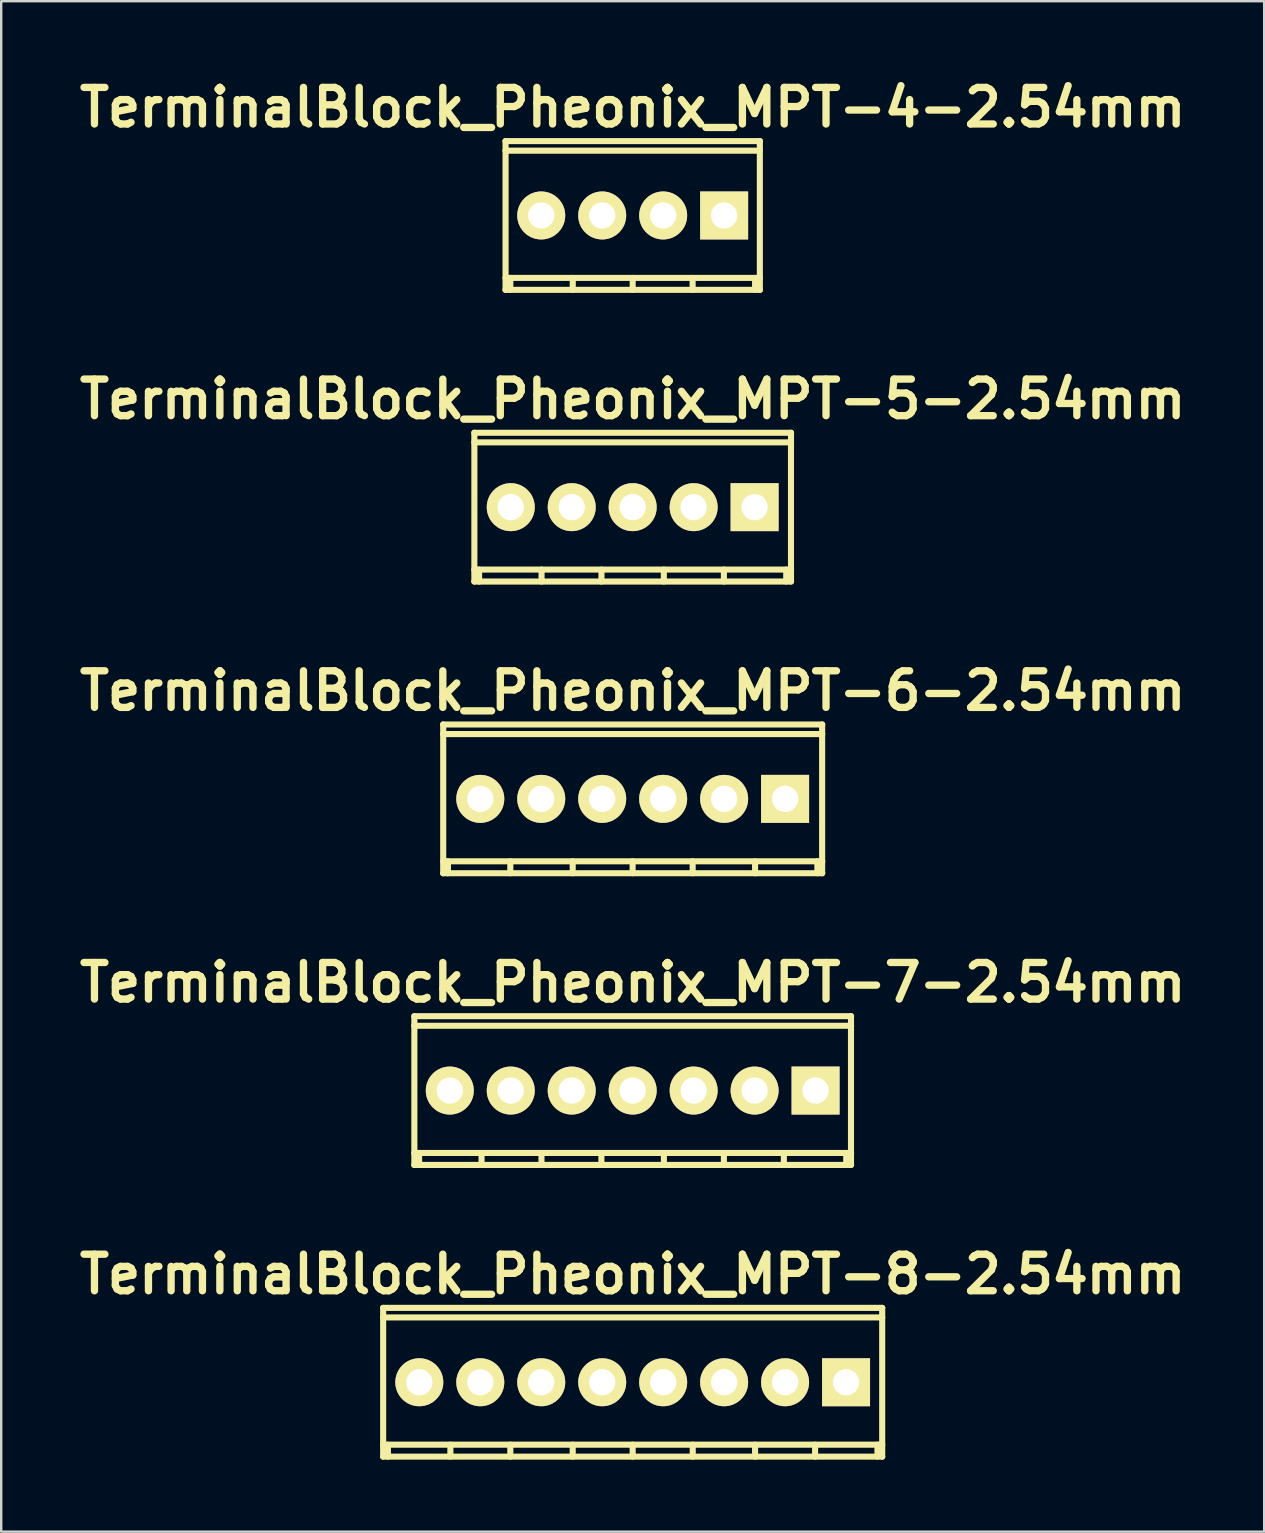
<source format=kicad_pcb>
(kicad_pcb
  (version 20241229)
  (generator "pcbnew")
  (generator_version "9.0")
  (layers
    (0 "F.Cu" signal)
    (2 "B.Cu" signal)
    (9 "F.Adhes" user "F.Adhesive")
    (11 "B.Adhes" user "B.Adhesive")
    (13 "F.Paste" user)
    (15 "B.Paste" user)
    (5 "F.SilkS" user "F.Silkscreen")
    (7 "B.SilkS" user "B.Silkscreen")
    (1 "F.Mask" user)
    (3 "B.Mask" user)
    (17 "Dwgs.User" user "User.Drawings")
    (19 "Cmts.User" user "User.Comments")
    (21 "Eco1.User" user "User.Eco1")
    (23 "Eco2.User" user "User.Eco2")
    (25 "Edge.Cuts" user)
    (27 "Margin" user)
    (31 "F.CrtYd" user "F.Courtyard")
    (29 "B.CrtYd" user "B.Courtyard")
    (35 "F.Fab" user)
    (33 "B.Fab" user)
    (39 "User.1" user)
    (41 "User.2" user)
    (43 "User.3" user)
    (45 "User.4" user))
  (footprint "TerminalBlock_Pheonix_MPT-5-2.54mm"
    (layer "F.Cu")
    (at 23.31 18.08)
    (property "Reference" "TerminalBlock_Pheonix_MPT-5-2.54mm" (at 0 -4.501 0) (layer "F.SilkS") (effects (font (size 1.524 1.524) (thickness 0.305))))
    (attr through_hole)
    (fp_line (start -6.599 -2.7) (end 6.599 -2.7) (stroke (width 0.254) (type solid)) (layer "F.SilkS"))
    (fp_line (start -6.599 2.601) (end 6.599 2.601) (stroke (width 0.254) (type solid)) (layer "F.SilkS"))
    (fp_line (start -6.596 -3.099) (end -6.596 3.099) (stroke (width 0.254) (type solid)) (layer "F.SilkS"))
    (fp_line (start -6.398 3.099) (end -6.398 2.601) (stroke (width 0.254) (type solid)) (layer "F.SilkS"))
    (fp_line (start -3.797 3.099) (end -3.797 2.601) (stroke (width 0.254) (type solid)) (layer "F.SilkS"))
    (fp_line (start -1.3 2.601) (end -1.3 3.099) (stroke (width 0.254) (type solid)) (layer "F.SilkS"))
    (fp_line (start 1.298 2.601) (end 1.298 3.099) (stroke (width 0.254) (type solid)) (layer "F.SilkS"))
    (fp_line (start 3.8 2.601) (end 3.8 3.099) (stroke (width 0.254) (type solid)) (layer "F.SilkS"))
    (fp_line (start 6.398 2.601) (end 6.398 3.099) (stroke (width 0.254) (type solid)) (layer "F.SilkS"))
    (fp_line (start 6.596 3.099) (end 6.596 -3.099) (stroke (width 0.254) (type solid)) (layer "F.SilkS"))
    (fp_line (start 6.599 -3.099) (end -6.599 -3.099) (stroke (width 0.254) (type solid)) (layer "F.SilkS"))
    (fp_line (start 6.599 3.099) (end -6.599 3.099) (stroke (width 0.254) (type solid)) (layer "F.SilkS"))
    (pad "1" thru_hole rect (at 5.08 0) (size 1.999 1.999) (drill 1.097) (layers "*.Cu" "*.Mask" "F.SilkS"))
    (pad "2" thru_hole oval (at 2.54 0) (size 1.999 1.999) (drill 1.097) (layers "*.Cu" "*.Mask" "F.SilkS"))
    (pad "3" thru_hole oval (at 0 0) (size 1.999 1.999) (drill 1.097) (layers "*.Cu" "*.Mask" "F.SilkS"))
    (pad "4" thru_hole oval (at -2.54 0) (size 1.999 1.999) (drill 1.097) (layers "*.Cu" "*.Mask" "F.SilkS"))
    (pad "5" thru_hole oval (at -5.08 0) (size 1.999 1.999) (drill 1.097) (layers "*.Cu" "*.Mask" "F.SilkS")))
  (footprint "TerminalBlock_Pheonix_MPT-4-2.54mm"
    (layer "F.Cu")
    (at 23.31 5.927)
    (property "Reference" "TerminalBlock_Pheonix_MPT-4-2.54mm" (at 0 -4.501 0) (layer "F.SilkS") (effects (font (size 1.524 1.524) (thickness 0.305))))
    (attr through_hole)
    (fp_line (start -5.301 -2.7) (end 5.301 -2.7) (stroke (width 0.254) (type solid)) (layer "F.SilkS"))
    (fp_line (start -5.301 2.601) (end 5.301 2.601) (stroke (width 0.254) (type solid)) (layer "F.SilkS"))
    (fp_line (start -5.296 -3.099) (end -5.296 3.099) (stroke (width 0.254) (type solid)) (layer "F.SilkS"))
    (fp_line (start -5.098 3.099) (end -5.098 2.601) (stroke (width 0.254) (type solid)) (layer "F.SilkS"))
    (fp_line (start -2.497 3.099) (end -2.497 2.601) (stroke (width 0.254) (type solid)) (layer "F.SilkS"))
    (fp_line (start 0 2.601) (end 0 3.099) (stroke (width 0.254) (type solid)) (layer "F.SilkS"))
    (fp_line (start 2.497 2.601) (end 2.497 3.099) (stroke (width 0.254) (type solid)) (layer "F.SilkS"))
    (fp_line (start 5.1 2.601) (end 5.1 3.099) (stroke (width 0.254) (type solid)) (layer "F.SilkS"))
    (fp_line (start 5.298 3.099) (end 5.298 -3.099) (stroke (width 0.254) (type solid)) (layer "F.SilkS"))
    (fp_line (start 5.301 -3.099) (end -5.301 -3.099) (stroke (width 0.254) (type solid)) (layer "F.SilkS"))
    (fp_line (start 5.301 3.099) (end -5.301 3.099) (stroke (width 0.254) (type solid)) (layer "F.SilkS"))
    (pad "1" thru_hole rect (at 3.81 0) (size 1.999 1.999) (drill 1.097) (layers "*.Cu" "*.Mask" "F.SilkS"))
    (pad "2" thru_hole oval (at 1.27 0) (size 1.999 1.999) (drill 1.097) (layers "*.Cu" "*.Mask" "F.SilkS"))
    (pad "3" thru_hole oval (at -1.27 0) (size 1.999 1.999) (drill 1.097) (layers "*.Cu" "*.Mask" "F.SilkS"))
    (pad "4" thru_hole oval (at -3.81 0) (size 1.999 1.999) (drill 1.097) (layers "*.Cu" "*.Mask" "F.SilkS")))
  (footprint "TerminalBlock_Pheonix_MPT-6-2.54mm"
    (layer "F.Cu")
    (at 23.31 30.234)
    (property "Reference" "TerminalBlock_Pheonix_MPT-6-2.54mm" (at 0 -4.501 0) (layer "F.SilkS") (effects (font (size 1.524 1.524) (thickness 0.305))))
    (attr through_hole)
    (fp_line (start -7.899 3.099) (end 7.899 3.099) (stroke (width 0.254) (type solid)) (layer "F.SilkS"))
    (fp_line (start -7.894 -3.099) (end -7.894 3.099) (stroke (width 0.254) (type solid)) (layer "F.SilkS"))
    (fp_line (start -7.696 3.099) (end -7.696 2.601) (stroke (width 0.254) (type solid)) (layer "F.SilkS"))
    (fp_line (start -5.098 3.099) (end -5.098 2.601) (stroke (width 0.254) (type solid)) (layer "F.SilkS"))
    (fp_line (start -2.499 2.601) (end -2.499 3.099) (stroke (width 0.254) (type solid)) (layer "F.SilkS"))
    (fp_line (start -0.003 2.601) (end -0.003 3.099) (stroke (width 0.254) (type solid)) (layer "F.SilkS"))
    (fp_line (start 2.499 2.601) (end 2.499 3.099) (stroke (width 0.254) (type solid)) (layer "F.SilkS"))
    (fp_line (start 5.1 2.601) (end 5.1 3.099) (stroke (width 0.254) (type solid)) (layer "F.SilkS"))
    (fp_line (start 7.696 2.601) (end 7.696 3.099) (stroke (width 0.254) (type solid)) (layer "F.SilkS"))
    (fp_line (start 7.894 3.099) (end 7.894 -3.099) (stroke (width 0.254) (type solid)) (layer "F.SilkS"))
    (fp_line (start 7.899 -3.099) (end -7.899 -3.099) (stroke (width 0.254) (type solid)) (layer "F.SilkS"))
    (fp_line (start 7.899 -2.7) (end -7.899 -2.7) (stroke (width 0.254) (type solid)) (layer "F.SilkS"))
    (fp_line (start 7.899 2.601) (end -7.899 2.601) (stroke (width 0.254) (type solid)) (layer "F.SilkS"))
    (pad "1" thru_hole rect (at 6.35 0) (size 1.999 1.999) (drill 1.097) (layers "*.Cu" "*.Mask" "F.SilkS"))
    (pad "2" thru_hole oval (at 3.81 0) (size 1.999 1.999) (drill 1.097) (layers "*.Cu" "*.Mask" "F.SilkS"))
    (pad "3" thru_hole oval (at 1.27 0) (size 1.999 1.999) (drill 1.097) (layers "*.Cu" "*.Mask" "F.SilkS"))
    (pad "4" thru_hole oval (at -1.27 0) (size 1.999 1.999) (drill 1.097) (layers "*.Cu" "*.Mask" "F.SilkS"))
    (pad "5" thru_hole oval (at -3.81 0) (size 1.999 1.999) (drill 1.097) (layers "*.Cu" "*.Mask" "F.SilkS"))
    (pad "6" thru_hole oval (at -6.35 0) (size 1.999 1.999) (drill 1.097) (layers "*.Cu" "*.Mask" "F.SilkS")))
  (footprint "TerminalBlock_Pheonix_MPT-8-2.54mm"
    (layer "F.Cu")
    (at 23.31 54.54)
    (property "Reference" "TerminalBlock_Pheonix_MPT-8-2.54mm" (at 0 -4.501 0) (layer "F.SilkS") (effects (font (size 1.524 1.524) (thickness 0.305))))
    (attr through_hole)
    (fp_line (start -10.399 -2.7) (end 10.399 -2.7) (stroke (width 0.254) (type solid)) (layer "F.SilkS"))
    (fp_line (start -10.399 2.601) (end 10.399 2.601) (stroke (width 0.254) (type solid)) (layer "F.SilkS"))
    (fp_line (start -10.396 -3.099) (end -10.396 3.099) (stroke (width 0.254) (type solid)) (layer "F.SilkS"))
    (fp_line (start -10.198 3.099) (end -10.198 2.601) (stroke (width 0.254) (type solid)) (layer "F.SilkS"))
    (fp_line (start -7.595 3.099) (end -7.595 2.601) (stroke (width 0.254) (type solid)) (layer "F.SilkS"))
    (fp_line (start -5.098 2.601) (end -5.098 3.099) (stroke (width 0.254) (type solid)) (layer "F.SilkS"))
    (fp_line (start -2.499 2.601) (end -2.499 3.099) (stroke (width 0.254) (type solid)) (layer "F.SilkS"))
    (fp_line (start 0 2.601) (end 0 3.099) (stroke (width 0.254) (type solid)) (layer "F.SilkS"))
    (fp_line (start 2.502 2.601) (end 2.502 3.099) (stroke (width 0.254) (type solid)) (layer "F.SilkS"))
    (fp_line (start 5.1 2.601) (end 5.1 3.099) (stroke (width 0.254) (type solid)) (layer "F.SilkS"))
    (fp_line (start 7.6 2.601) (end 7.6 3.099) (stroke (width 0.254) (type solid)) (layer "F.SilkS"))
    (fp_line (start 10.198 2.601) (end 10.198 3.099) (stroke (width 0.254) (type solid)) (layer "F.SilkS"))
    (fp_line (start 10.396 3.099) (end 10.396 -3.099) (stroke (width 0.254) (type solid)) (layer "F.SilkS"))
    (fp_line (start 10.399 -3.099) (end -10.399 -3.099) (stroke (width 0.254) (type solid)) (layer "F.SilkS"))
    (fp_line (start 10.399 3.099) (end -10.399 3.099) (stroke (width 0.254) (type solid)) (layer "F.SilkS"))
    (pad "1" thru_hole rect (at 8.89 0) (size 1.999 1.999) (drill 1.097) (layers "*.Cu" "*.Mask" "F.SilkS"))
    (pad "2" thru_hole oval (at 6.35 0) (size 1.999 1.999) (drill 1.097) (layers "*.Cu" "*.Mask" "F.SilkS"))
    (pad "3" thru_hole oval (at 3.81 0) (size 1.999 1.999) (drill 1.097) (layers "*.Cu" "*.Mask" "F.SilkS"))
    (pad "4" thru_hole oval (at 1.27 0) (size 1.999 1.999) (drill 1.097) (layers "*.Cu" "*.Mask" "F.SilkS"))
    (pad "5" thru_hole oval (at -1.27 0) (size 1.999 1.999) (drill 1.097) (layers "*.Cu" "*.Mask" "F.SilkS"))
    (pad "6" thru_hole oval (at -3.81 0) (size 1.999 1.999) (drill 1.097) (layers "*.Cu" "*.Mask" "F.SilkS"))
    (pad "7" thru_hole oval (at -6.35 0) (size 1.999 1.999) (drill 1.097) (layers "*.Cu" "*.Mask" "F.SilkS"))
    (pad "8" thru_hole oval (at -8.89 0) (size 1.999 1.999) (drill 1.097) (layers "*.Cu" "*.Mask" "F.SilkS")))
  (footprint "TerminalBlock_Pheonix_MPT-7-2.54mm"
    (layer "F.Cu")
    (at 23.31 42.387)
    (property "Reference" "TerminalBlock_Pheonix_MPT-7-2.54mm" (at 0 -4.501 0) (layer "F.SilkS") (effects (font (size 1.524 1.524) (thickness 0.305))))
    (attr through_hole)
    (fp_line (start -9.101 3.099) (end 9.101 3.099) (stroke (width 0.254) (type solid)) (layer "F.SilkS"))
    (fp_line (start -9.096 -3.099) (end -9.096 3.099) (stroke (width 0.254) (type solid)) (layer "F.SilkS"))
    (fp_line (start -8.898 3.099) (end -8.898 2.601) (stroke (width 0.254) (type solid)) (layer "F.SilkS"))
    (fp_line (start -6.297 3.099) (end -6.297 2.601) (stroke (width 0.254) (type solid)) (layer "F.SilkS"))
    (fp_line (start -3.8 2.601) (end -3.8 3.099) (stroke (width 0.254) (type solid)) (layer "F.SilkS"))
    (fp_line (start -1.303 2.601) (end -1.303 3.099) (stroke (width 0.254) (type solid)) (layer "F.SilkS"))
    (fp_line (start 1.3 2.601) (end 1.3 3.099) (stroke (width 0.254) (type solid)) (layer "F.SilkS"))
    (fp_line (start 3.8 2.601) (end 3.8 3.099) (stroke (width 0.254) (type solid)) (layer "F.SilkS"))
    (fp_line (start 6.299 2.601) (end 6.299 3.099) (stroke (width 0.254) (type solid)) (layer "F.SilkS"))
    (fp_line (start 8.898 2.601) (end 8.898 3.099) (stroke (width 0.254) (type solid)) (layer "F.SilkS"))
    (fp_line (start 9.096 3.099) (end 9.096 -3.099) (stroke (width 0.254) (type solid)) (layer "F.SilkS"))
    (fp_line (start 9.101 -3.099) (end -9.101 -3.099) (stroke (width 0.254) (type solid)) (layer "F.SilkS"))
    (fp_line (start 9.101 -2.7) (end -9.101 -2.7) (stroke (width 0.254) (type solid)) (layer "F.SilkS"))
    (fp_line (start 9.101 2.601) (end -9.101 2.601) (stroke (width 0.254) (type solid)) (layer "F.SilkS"))
    (pad "1" thru_hole rect (at 7.62 0) (size 1.999 1.999) (drill 1.097) (layers "*.Cu" "*.Mask" "F.SilkS"))
    (pad "2" thru_hole oval (at 5.08 0) (size 1.999 1.999) (drill 1.097) (layers "*.Cu" "*.Mask" "F.SilkS"))
    (pad "3" thru_hole oval (at 2.54 0) (size 1.999 1.999) (drill 1.097) (layers "*.Cu" "*.Mask" "F.SilkS"))
    (pad "4" thru_hole oval (at 0 0) (size 1.999 1.999) (drill 1.097) (layers "*.Cu" "*.Mask" "F.SilkS"))
    (pad "5" thru_hole oval (at -2.54 0) (size 1.999 1.999) (drill 1.097) (layers "*.Cu" "*.Mask" "F.SilkS"))
    (pad "6" thru_hole oval (at -5.08 0) (size 1.999 1.999) (drill 1.097) (layers "*.Cu" "*.Mask" "F.SilkS"))
    (pad "7" thru_hole oval (at -7.62 0) (size 1.999 1.999) (drill 1.097) (layers "*.Cu" "*.Mask" "F.SilkS")))
  (gr_rect
    (start -3 -3)
    (end 49.62 60.766)
    (stroke (width 0.1) (type default))
    (fill no)
    (layer "Edge.Cuts")))
</source>
